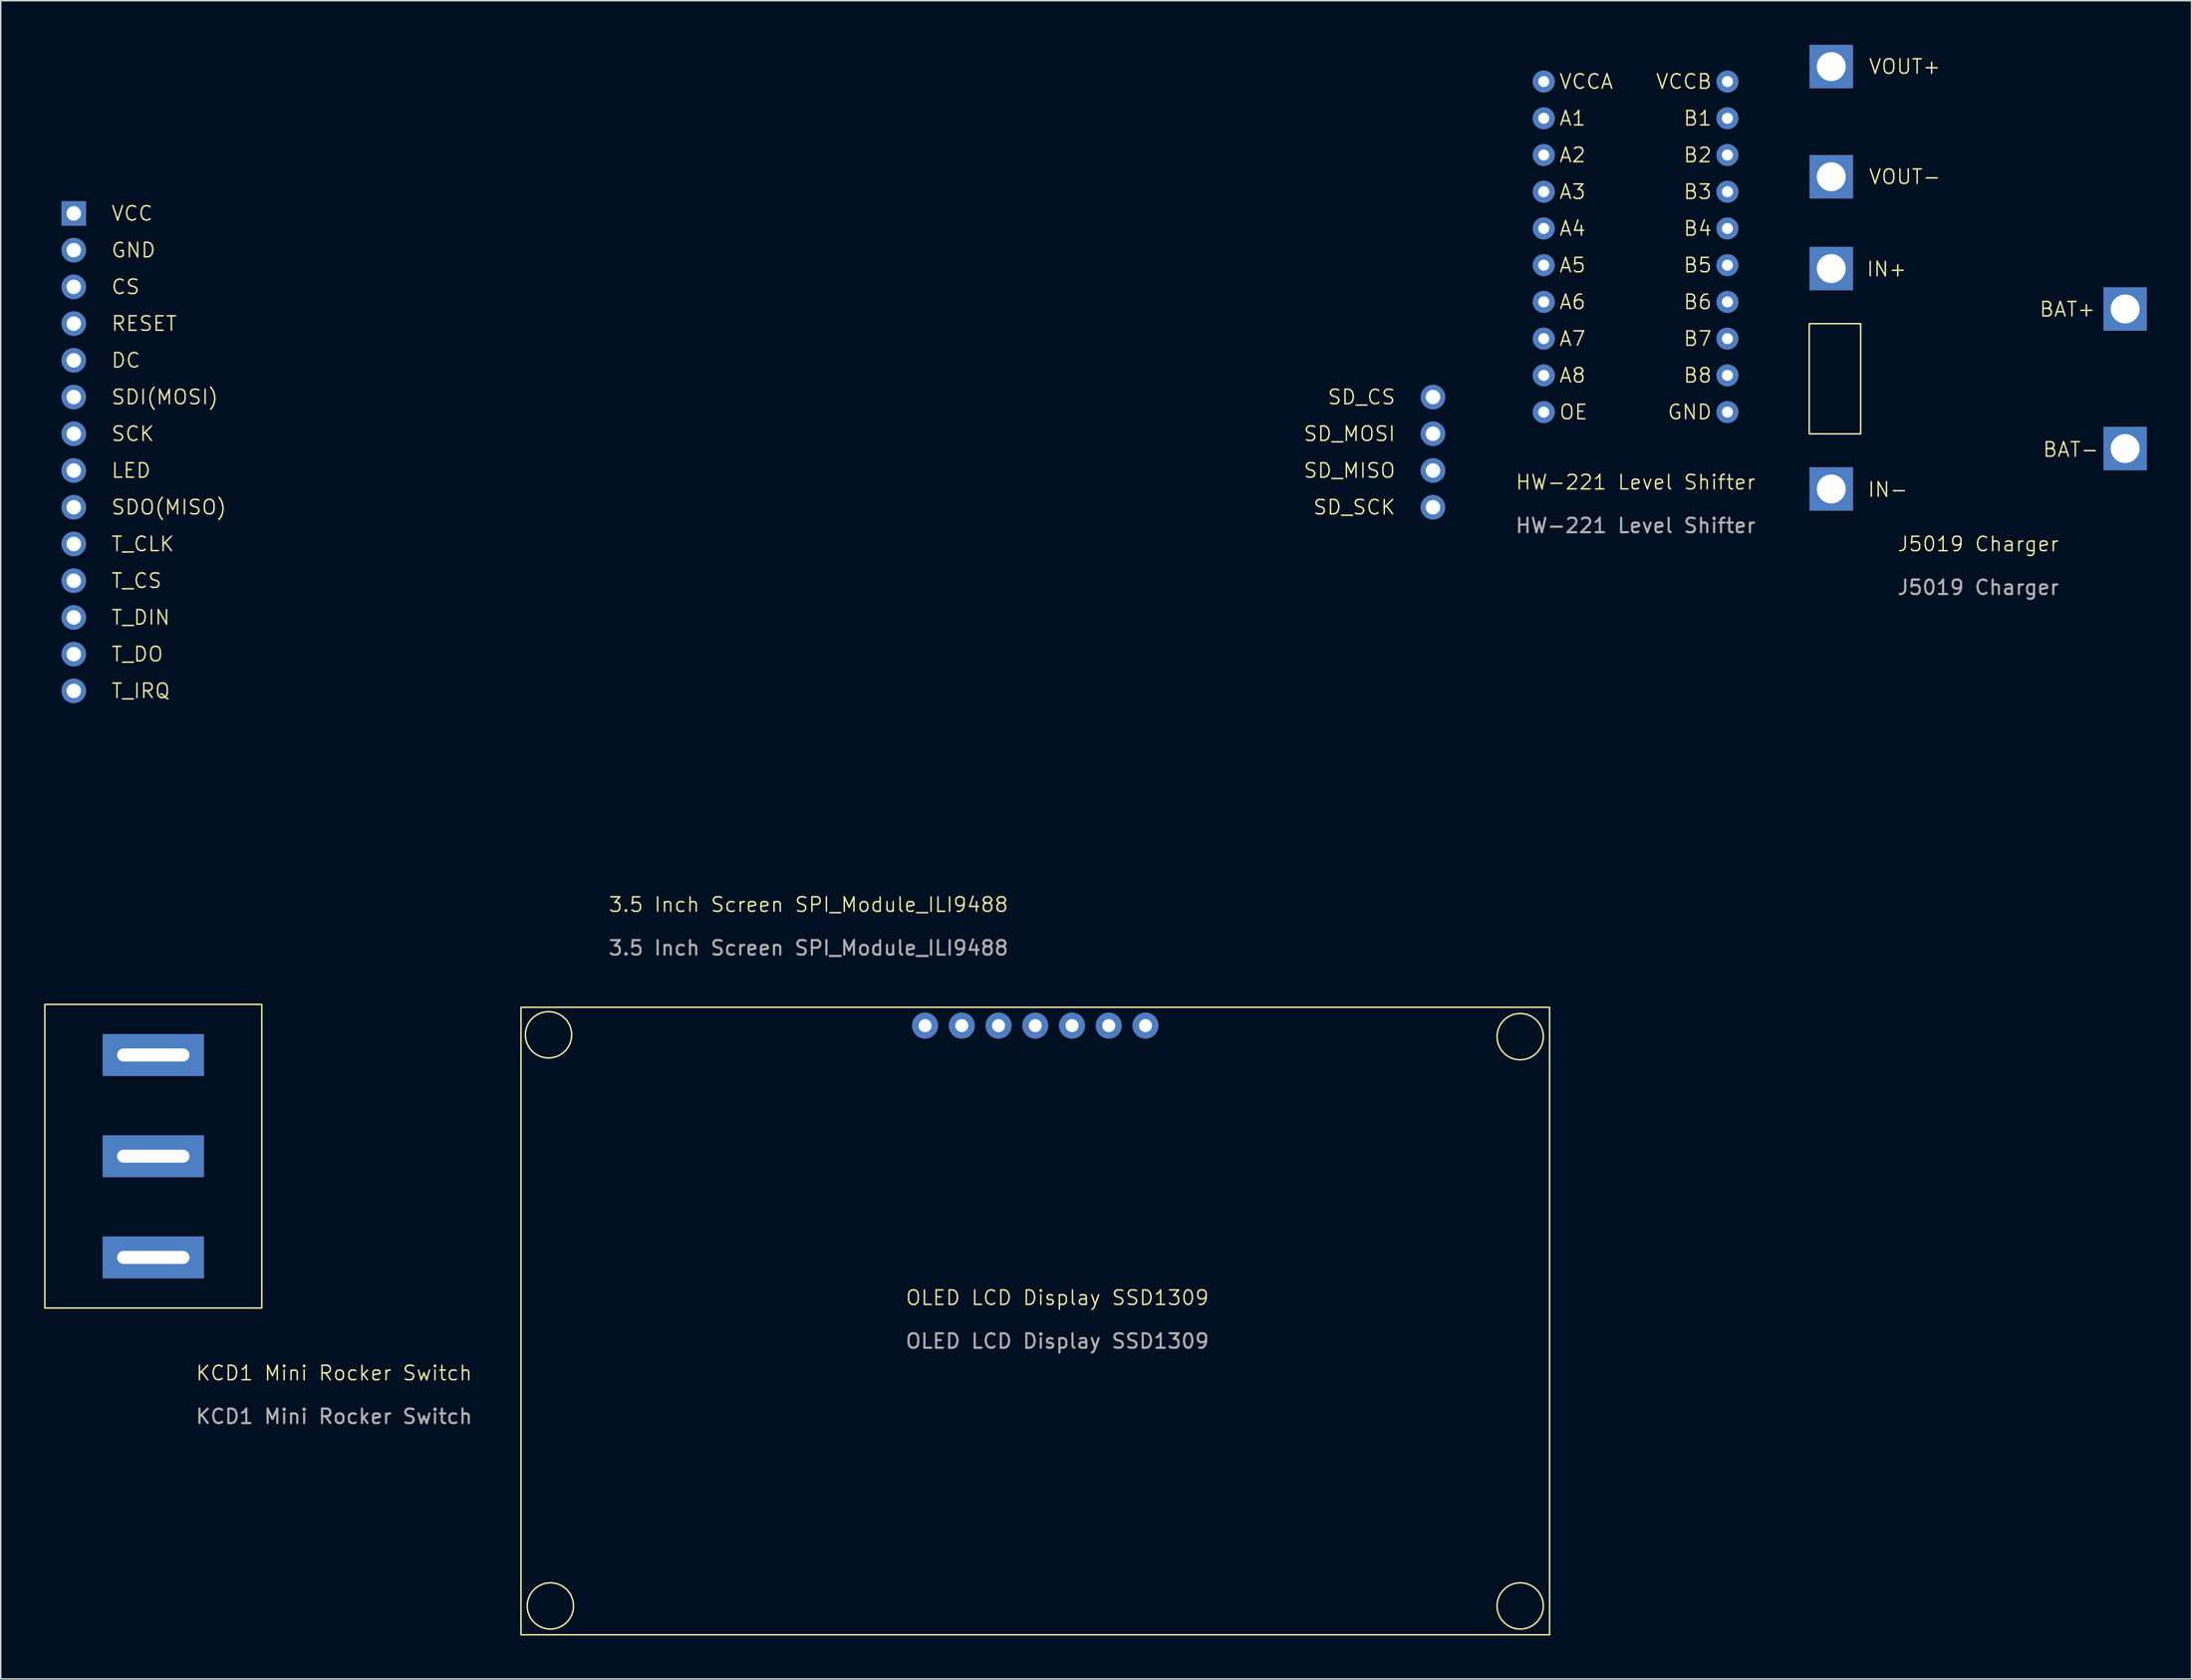
<source format=kicad_pcb>
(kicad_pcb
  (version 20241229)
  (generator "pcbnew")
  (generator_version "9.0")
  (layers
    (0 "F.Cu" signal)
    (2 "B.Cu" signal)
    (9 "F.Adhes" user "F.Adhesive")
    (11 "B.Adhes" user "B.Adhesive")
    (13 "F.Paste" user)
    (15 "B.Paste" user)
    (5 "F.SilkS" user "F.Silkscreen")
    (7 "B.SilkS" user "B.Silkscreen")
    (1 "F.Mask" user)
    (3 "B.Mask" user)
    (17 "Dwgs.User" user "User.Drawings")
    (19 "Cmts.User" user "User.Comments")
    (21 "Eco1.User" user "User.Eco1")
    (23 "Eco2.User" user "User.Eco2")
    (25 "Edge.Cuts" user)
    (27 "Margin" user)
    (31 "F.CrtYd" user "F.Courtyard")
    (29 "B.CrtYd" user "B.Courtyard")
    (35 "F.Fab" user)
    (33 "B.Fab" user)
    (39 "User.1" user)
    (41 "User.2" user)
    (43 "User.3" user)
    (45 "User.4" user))
  (footprint "HW-221 Level Shifter"
    (layer "F.Cu")
    (at 103.69 2.59)
    (property "Reference" "HW-221 Level Shifter" (at 6.35 27.71 0) (unlocked yes) (layer "F.SilkS") (effects (font (size 1 1) (thickness 0.1))))
    (attr through_hole)
    (fp_rect (start -2.54 -2.54) (end 15.24 25.4) (stroke (width 0.1) (type default)) (fill no) (layer "Eco1.User"))
    (fp_circle (center 6.35 0) (end 8.35 0) (stroke (width 0.1) (type default)) (fill no) (layer "Eco1.User"))
    (fp_circle (center 6.35 22.86) (end 8.35 22.86) (stroke (width 0.1) (type default)) (fill no) (layer "Eco1.User"))
    (fp_text user "A2" (at 1.016 5.08 0) (unlocked yes) (layer "F.SilkS") (effects (font (size 1 1) (thickness 0.1)) (justify left)))
    (fp_text user "B7" (at 11.684 17.78 0) (unlocked yes) (layer "F.SilkS") (effects (font (size 1 1) (thickness 0.1)) (justify right)))
    (fp_text user "B5" (at 11.684 12.7 0) (unlocked yes) (layer "F.SilkS") (effects (font (size 1 1) (thickness 0.1)) (justify right)))
    (fp_text user "B1" (at 11.684 2.54 0) (unlocked yes) (layer "F.SilkS") (effects (font (size 1 1) (thickness 0.1)) (justify right)))
    (fp_text user "B8" (at 11.684 20.32 0) (unlocked yes) (layer "F.SilkS") (effects (font (size 1 1) (thickness 0.1)) (justify right)))
    (fp_text user "A7" (at 1.016 17.78 0) (unlocked yes) (layer "F.SilkS") (effects (font (size 1 1) (thickness 0.1)) (justify left)))
    (fp_text user "B2" (at 11.684 5.08 0) (unlocked yes) (layer "F.SilkS") (effects (font (size 1 1) (thickness 0.1)) (justify right)))
    (fp_text user "B3" (at 11.684 7.62 0) (unlocked yes) (layer "F.SilkS") (effects (font (size 1 1) (thickness 0.1)) (justify right)))
    (fp_text user "A6" (at 1.016 15.24 0) (unlocked yes) (layer "F.SilkS") (effects (font (size 1 1) (thickness 0.1)) (justify left)))
    (fp_text user "A8" (at 1.016 20.32 0) (unlocked yes) (layer "F.SilkS") (effects (font (size 1 1) (thickness 0.1)) (justify left)))
    (fp_text user "B6" (at 11.684 15.24 0) (unlocked yes) (layer "F.SilkS") (effects (font (size 1 1) (thickness 0.1)) (justify right)))
    (fp_text user "A5" (at 1.016 12.7 0) (unlocked yes) (layer "F.SilkS") (effects (font (size 1 1) (thickness 0.1)) (justify left)))
    (fp_text user "A3" (at 1.016 7.62 0) (unlocked yes) (layer "F.SilkS") (effects (font (size 1 1) (thickness 0.1)) (justify left)))
    (fp_text user "A1" (at 1.016 2.54 0) (unlocked yes) (layer "F.SilkS") (effects (font (size 1 1) (thickness 0.1)) (justify left)))
    (fp_text user "A4" (at 1.016 10.16 0) (unlocked yes) (layer "F.SilkS") (effects (font (size 1 1) (thickness 0.1)) (justify left)))
    (fp_text user "VCCB" (at 11.684 0 0) (unlocked yes) (layer "F.SilkS") (effects (font (size 1 1) (thickness 0.1)) (justify right)))
    (fp_text user "B4" (at 11.684 10.16 0) (unlocked yes) (layer "F.SilkS") (effects (font (size 1 1) (thickness 0.1)) (justify right)))
    (fp_text user "GND" (at 11.684 22.86 0) (unlocked yes) (layer "F.SilkS") (effects (font (size 1 1) (thickness 0.1)) (justify right)))
    (fp_text user "OE" (at 1.016 22.86 0) (unlocked yes) (layer "F.SilkS") (effects (font (size 1 1) (thickness 0.1)) (justify left)))
    (fp_text user "VCCA" (at 1.016 0 0) (unlocked yes) (layer "F.SilkS") (effects (font (size 1 1) (thickness 0.1)) (justify left)))
    (fp_text user "${REFERENCE}" (at 6.35 30.71 0) (unlocked yes) (layer "F.Fab") (effects (font (size 1 1) (thickness 0.15))))
    (pad "1" thru_hole circle (at 0 0) (size 1.524 1.524) (drill 0.762) (layers "*.Cu" "*.Mask"))
    (pad "2" thru_hole circle (at 0 2.54) (size 1.524 1.524) (drill 0.762) (layers "*.Cu" "*.Mask"))
    (pad "3" thru_hole circle (at 0 5.08) (size 1.524 1.524) (drill 0.762) (layers "*.Cu" "*.Mask"))
    (pad "4" thru_hole circle (at 0 7.62) (size 1.524 1.524) (drill 0.762) (layers "*.Cu" "*.Mask"))
    (pad "5" thru_hole circle (at 0 10.16) (size 1.524 1.524) (drill 0.762) (layers "*.Cu" "*.Mask"))
    (pad "6" thru_hole circle (at 0 12.7) (size 1.524 1.524) (drill 0.762) (layers "*.Cu" "*.Mask"))
    (pad "7" thru_hole circle (at 0 15.24) (size 1.524 1.524) (drill 0.762) (layers "*.Cu" "*.Mask"))
    (pad "8" thru_hole circle (at 0 17.78) (size 1.524 1.524) (drill 0.762) (layers "*.Cu" "*.Mask"))
    (pad "9" thru_hole circle (at 0 20.32) (size 1.524 1.524) (drill 0.762) (layers "*.Cu" "*.Mask"))
    (pad "10" thru_hole circle (at 0 22.86) (size 1.524 1.524) (drill 0.762) (layers "*.Cu" "*.Mask"))
    (pad "11" thru_hole circle (at 12.7 22.86) (size 1.524 1.524) (drill 0.762) (layers "*.Cu" "*.Mask"))
    (pad "12" thru_hole circle (at 12.7 20.32) (size 1.524 1.524) (drill 0.762) (layers "*.Cu" "*.Mask"))
    (pad "13" thru_hole circle (at 12.7 17.78) (size 1.524 1.524) (drill 0.762) (layers "*.Cu" "*.Mask"))
    (pad "14" thru_hole circle (at 12.7 15.24) (size 1.524 1.524) (drill 0.762) (layers "*.Cu" "*.Mask"))
    (pad "15" thru_hole circle (at 12.7 12.7) (size 1.524 1.524) (drill 0.762) (layers "*.Cu" "*.Mask"))
    (pad "16" thru_hole circle (at 12.7 10.16) (size 1.524 1.524) (drill 0.762) (layers "*.Cu" "*.Mask"))
    (pad "17" thru_hole circle (at 12.7 7.62) (size 1.524 1.524) (drill 0.762) (layers "*.Cu" "*.Mask"))
    (pad "18" thru_hole circle (at 12.7 5.08) (size 1.524 1.524) (drill 0.762) (layers "*.Cu" "*.Mask"))
    (pad "19" thru_hole circle (at 12.7 2.54) (size 1.524 1.524) (drill 0.762) (layers "*.Cu" "*.Mask"))
    (pad "20" thru_hole circle (at 12.7 0) (size 1.524 1.524) (drill 0.762) (layers "*.Cu" "*.Mask")))
  (footprint "J5019 Charger"
    (layer "F.Cu")
    (at 123.57 1.554)
    (property "Reference" "J5019 Charger" (at 10.16 33.02 0) (unlocked yes) (layer "F.SilkS") (effects (font (size 1 1) (thickness 0.1))))
    (attr through_hole)
    (fp_rect (start -1.524 17.78) (end 2.032 25.4) (stroke (width 0.1) (type default)) (fill no) (layer "F.SilkS"))
    (fp_rect (start -1.54 -1.504) (end 21.86 31.496) (stroke (width 0.1) (type default)) (fill no) (layer "Eco1.User"))
    (fp_text user "BAT+" (at 18.325 16.782 0) (unlocked yes) (layer "F.SilkS") (effects (font (size 1 1) (thickness 0.1)) (justify right)))
    (fp_text user "IN-" (at 2.465 29.255 0) (unlocked yes) (layer "F.SilkS") (effects (font (size 1 1) (thickness 0.1)) (justify left)))
    (fp_text user "VOUT+" (at 2.54 0 0) (unlocked yes) (layer "F.SilkS") (effects (font (size 1 1) (thickness 0.1)) (justify left)))
    (fp_text user "VOUT-" (at 2.54 7.62 0) (unlocked yes) (layer "F.SilkS") (effects (font (size 1 1) (thickness 0.1)) (justify left)))
    (fp_text user "BAT-" (at 18.556 26.484 0) (unlocked yes) (layer "F.SilkS") (effects (font (size 1 1) (thickness 0.1)) (justify right)))
    (fp_text user "IN+" (at 2.388 14.011 0) (unlocked yes) (layer "F.SilkS") (effects (font (size 1 1) (thickness 0.1)) (justify left)))
    (fp_text user "${REFERENCE}" (at 10.16 36.02 0) (unlocked yes) (layer "F.Fab") (effects (font (size 1 1) (thickness 0.15))))
    (pad "1" thru_hole rect (at 0 0) (size 3 3) (drill 2) (layers "*.Cu" "*.Mask"))
    (pad "2" thru_hole rect (at 0 7.62) (size 3 3) (drill 2) (layers "*.Cu" "*.Mask"))
    (pad "3" thru_hole rect (at 0 13.97) (size 3 3) (drill 2) (layers "*.Cu" "*.Mask"))
    (pad "4" thru_hole rect (at 0 29.21) (size 3 3) (drill 2) (layers "*.Cu" "*.Mask"))
    (pad "5" thru_hole rect (at 20.32 26.416) (size 3 3) (drill 2) (layers "*.Cu" "*.Mask"))
    (pad "6" thru_hole rect (at 20.32 16.764) (size 3 3) (drill 2) (layers "*.Cu" "*.Mask")))
  (footprint "3.5 Inch Screen SPI_Module_ILI9488"
    (layer "F.Cu")
    (at 2.05 11.71)
    (property "Reference" "3.5 Inch Screen SPI_Module_ILI9488" (at 50.8 47.8 0) (unlocked yes) (layer "F.SilkS") (effects (font (size 1 1) (thickness 0.1))))
    (attr through_hole)
    (fp_rect (start -2 -11.66) (end 96 44.68) (stroke (width 0.1) (type default)) (fill no) (layer "Eco1.User"))
    (fp_circle (center 1 -8.24) (end 2.5 -8.24) (stroke (width 0.1) (type default)) (fill no) (layer "Eco1.User"))
    (fp_circle (center 1 41.26) (end 2.5 41.26) (stroke (width 0.1) (type default)) (fill no) (layer "Eco1.User"))
    (fp_circle (center 93 -8.24) (end 94.5 -8.24) (stroke (width 0.1) (type default)) (fill no) (layer "Eco1.User"))
    (fp_circle (center 93 41.26) (end 94.5 41.26) (stroke (width 0.1) (type default)) (fill no) (layer "Eco1.User"))
    (fp_text user "T_IRQ" (at 2.54 33.02 0) (unlocked yes) (layer "F.SilkS") (effects (font (size 1 1) (thickness 0.1)) (justify left)))
    (fp_text user "GND" (at 2.54 2.54 0) (unlocked yes) (layer "F.SilkS") (effects (font (size 1 1) (thickness 0.1)) (justify left)))
    (fp_text user "LED" (at 2.54 17.78 0) (unlocked yes) (layer "F.SilkS") (effects (font (size 1 1) (thickness 0.1)) (justify left)))
    (fp_text user "CS" (at 2.54 5.08 0) (unlocked yes) (layer "F.SilkS") (effects (font (size 1 1) (thickness 0.1)) (justify left)))
    (fp_text user "SD_SCK" (at 91.44 20.32 0) (unlocked yes) (layer "F.SilkS") (effects (font (size 1 1) (thickness 0.1)) (justify right)))
    (fp_text user "T_CLK" (at 2.54 22.86 0) (unlocked yes) (layer "F.SilkS") (effects (font (size 1 1) (thickness 0.1)) (justify left)))
    (fp_text user "T_DO" (at 2.54 30.48 0) (unlocked yes) (layer "F.SilkS") (effects (font (size 1 1) (thickness 0.1)) (justify left)))
    (fp_text user "T_DIN" (at 2.54 27.94 0) (unlocked yes) (layer "F.SilkS") (effects (font (size 1 1) (thickness 0.1)) (justify left)))
    (fp_text user "RESET" (at 2.54 7.62 0) (unlocked yes) (layer "F.SilkS") (effects (font (size 1 1) (thickness 0.1)) (justify left)))
    (fp_text user "T_CS" (at 2.54 25.4 0) (unlocked yes) (layer "F.SilkS") (effects (font (size 1 1) (thickness 0.1)) (justify left)))
    (fp_text user "SDO(MISO)" (at 2.54 20.32 0) (unlocked yes) (layer "F.SilkS") (effects (font (size 1 1) (thickness 0.1)) (justify left)))
    (fp_text user "SDI(MOSI)" (at 2.54 12.7 0) (unlocked yes) (layer "F.SilkS") (effects (font (size 1 1) (thickness 0.1)) (justify left)))
    (fp_text user "SD_MOSI" (at 91.44 15.24 0) (unlocked yes) (layer "F.SilkS") (effects (font (size 1 1) (thickness 0.1)) (justify right)))
    (fp_text user "VCC" (at 2.54 0 0) (unlocked yes) (layer "F.SilkS") (effects (font (size 1 1) (thickness 0.1)) (justify left)))
    (fp_text user "DC" (at 2.54 10.16 0) (unlocked yes) (layer "F.SilkS") (effects (font (size 1 1) (thickness 0.1)) (justify left)))
    (fp_text user "SD_MISO" (at 91.44 17.78 0) (unlocked yes) (layer "F.SilkS") (effects (font (size 1 1) (thickness 0.1)) (justify right)))
    (fp_text user "SCK" (at 2.54 15.24 0) (unlocked yes) (layer "F.SilkS") (effects (font (size 1 1) (thickness 0.1)) (justify left)))
    (fp_text user "SD_CS" (at 91.44 12.7 0) (unlocked yes) (layer "F.SilkS") (effects (font (size 1 1) (thickness 0.1)) (justify right)))
    (fp_text user "${REFERENCE}" (at 50.8 50.8 0) (unlocked yes) (layer "F.Fab") (effects (font (size 1 1) (thickness 0.15))))
    (pad "1" thru_hole rect (at 0 0) (size 1.7 1.7) (drill 1) (layers "*.Cu" "*.Mask"))
    (pad "2" thru_hole circle (at 0 2.54) (size 1.7 1.7) (drill 1) (layers "*.Cu" "*.Mask"))
    (pad "3" thru_hole circle (at 0 5.08) (size 1.7 1.7) (drill 1) (layers "*.Cu" "*.Mask"))
    (pad "4" thru_hole circle (at 0 7.62) (size 1.7 1.7) (drill 1) (layers "*.Cu" "*.Mask"))
    (pad "5" thru_hole circle (at 0 10.16) (size 1.7 1.7) (drill 1) (layers "*.Cu" "*.Mask"))
    (pad "6" thru_hole circle (at 0 12.7) (size 1.7 1.7) (drill 1) (layers "*.Cu" "*.Mask"))
    (pad "7" thru_hole circle (at 0 15.24) (size 1.7 1.7) (drill 1) (layers "*.Cu" "*.Mask"))
    (pad "8" thru_hole circle (at 0 17.78) (size 1.7 1.7) (drill 1) (layers "*.Cu" "*.Mask"))
    (pad "9" thru_hole circle (at 0 20.32) (size 1.7 1.7) (drill 1) (layers "*.Cu" "*.Mask"))
    (pad "10" thru_hole circle (at 0 22.86) (size 1.7 1.7) (drill 1) (layers "*.Cu" "*.Mask"))
    (pad "11" thru_hole circle (at 0 25.4) (size 1.7 1.7) (drill 1) (layers "*.Cu" "*.Mask"))
    (pad "12" thru_hole circle (at 0 27.94) (size 1.7 1.7) (drill 1) (layers "*.Cu" "*.Mask"))
    (pad "13" thru_hole circle (at 0 30.48) (size 1.7 1.7) (drill 1) (layers "*.Cu" "*.Mask"))
    (pad "14" thru_hole circle (at 0 33.02) (size 1.7 1.7) (drill 1) (layers "*.Cu" "*.Mask"))
    (pad "15" thru_hole circle (at 93.98 12.7) (size 1.7 1.7) (drill 1) (layers "*.Cu" "*.Mask"))
    (pad "16" thru_hole circle (at 93.98 15.24) (size 1.7 1.7) (drill 1) (layers "*.Cu" "*.Mask"))
    (pad "17" thru_hole circle (at 93.98 17.78) (size 1.7 1.7) (drill 1) (layers "*.Cu" "*.Mask"))
    (pad "18" thru_hole circle (at 93.98 20.32) (size 1.7 1.7) (drill 1) (layers "*.Cu" "*.Mask")))
  (footprint "KCD1 Mini Rocker Switch"
    (layer "F.Cu")
    (at 7.55 76.908)
    (property "Reference" "KCD1 Mini Rocker Switch" (at 12.5 15 0) (unlocked yes) (layer "F.SilkS") (effects (font (size 1 1) (thickness 0.1))))
    (attr through_hole)
    (fp_rect (start -7.5 -10.5) (end 7.5 10.5) (stroke (width 0.1) (type default)) (fill no) (layer "F.SilkS"))
    (fp_text user "${REFERENCE}" (at 12.5 18 0) (unlocked yes) (layer "F.Fab") (effects (font (size 1 1) (thickness 0.15))))
    (pad "1" thru_hole rect (at 0 -7) (size 7 2.9) (drill oval 5 0.9) (layers "*.Cu" "*.Mask"))
    (pad "2" thru_hole rect (at 0 0) (size 7 2.9) (drill oval 5 0.9) (layers "*.Cu" "*.Mask"))
    (pad "3" thru_hole rect (at 0 7) (size 7 2.9) (drill oval 5 0.9) (layers "*.Cu" "*.Mask")))
  (footprint "OLED LCD Display SSD1309"
    (layer "F.Cu")
    (at 32.973 66.608)
    (property "Reference" "OLED LCD Display SSD1309" (at 37.084 20.09 0) (unlocked yes) (layer "F.SilkS") (effects (font (size 1 1) (thickness 0.1))))
    (attr through_hole)
    (fp_rect (start 0 0) (end 71.12 43.4) (stroke (width 0.1) (type default)) (fill no) (layer "F.SilkS"))
    (fp_circle (center 1.905 1.905) (end 3.505 1.905) (stroke (width 0.1) (type default)) (fill no) (layer "F.SilkS"))
    (fp_circle (center 2.032 41.402) (end 3.632 41.402) (stroke (width 0.1) (type default)) (fill no) (layer "F.SilkS"))
    (fp_circle (center 69.088 2.032) (end 70.688 2.032) (stroke (width 0.1) (type default)) (fill no) (layer "F.SilkS"))
    (fp_circle (center 69.088 41.402) (end 70.688 41.402) (stroke (width 0.1) (type default)) (fill no) (layer "F.SilkS"))
    (fp_rect (start 4.064 3.048) (end 67.056 42.164) (stroke (width 0.1) (type default)) (fill no) (layer "Eco1.User"))
    (fp_text user "${REFERENCE}" (at 37.084 23.09 0) (unlocked yes) (layer "F.Fab") (effects (font (size 1 1) (thickness 0.15))))
    (pad "1" thru_hole circle (at 27.94 1.27) (size 1.8 1.8) (drill 0.9) (layers "*.Cu" "*.Mask"))
    (pad "2" thru_hole circle (at 30.48 1.27) (size 1.8 1.8) (drill 0.9) (layers "*.Cu" "*.Mask"))
    (pad "3" thru_hole circle (at 33.02 1.27) (size 1.8 1.8) (drill 0.9) (layers "*.Cu" "*.Mask"))
    (pad "4" thru_hole circle (at 35.56 1.27) (size 1.8 1.8) (drill 0.9) (layers "*.Cu" "*.Mask"))
    (pad "5" thru_hole circle (at 38.1 1.27) (size 1.8 1.8) (drill 0.9) (layers "*.Cu" "*.Mask"))
    (pad "6" thru_hole circle (at 40.64 1.27) (size 1.8 1.8) (drill 0.9) (layers "*.Cu" "*.Mask"))
    (pad "7" thru_hole circle (at 43.18 1.27) (size 1.8 1.8) (drill 0.9) (layers "*.Cu" "*.Mask")))
  (gr_rect
    (start -3 -3)
    (end 148.48 113.058)
    (stroke (width 0.1) (type default))
    (fill no)
    (layer "Edge.Cuts")))
</source>
